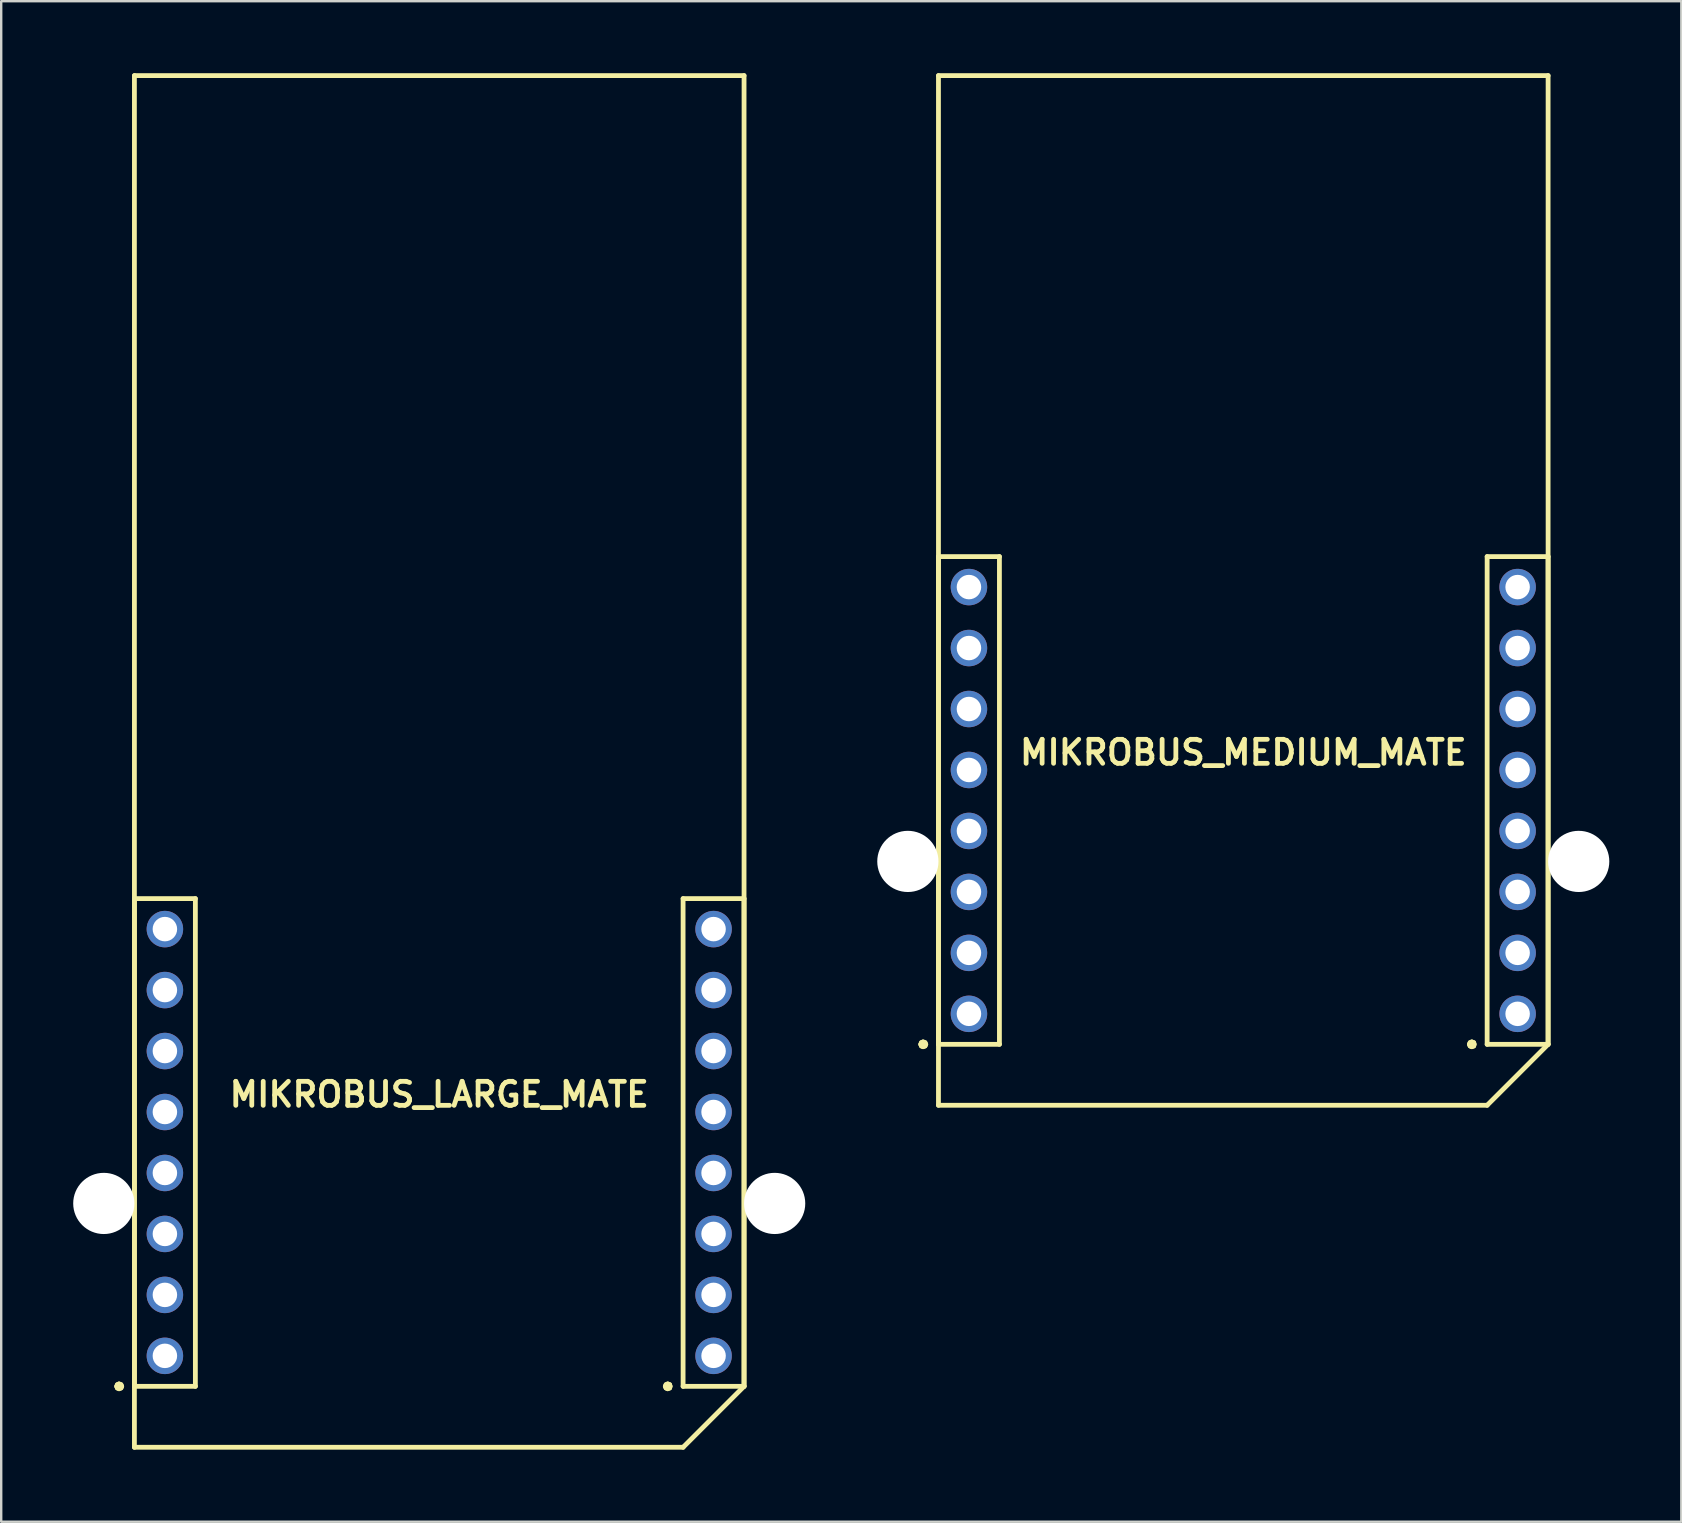
<source format=kicad_pcb>
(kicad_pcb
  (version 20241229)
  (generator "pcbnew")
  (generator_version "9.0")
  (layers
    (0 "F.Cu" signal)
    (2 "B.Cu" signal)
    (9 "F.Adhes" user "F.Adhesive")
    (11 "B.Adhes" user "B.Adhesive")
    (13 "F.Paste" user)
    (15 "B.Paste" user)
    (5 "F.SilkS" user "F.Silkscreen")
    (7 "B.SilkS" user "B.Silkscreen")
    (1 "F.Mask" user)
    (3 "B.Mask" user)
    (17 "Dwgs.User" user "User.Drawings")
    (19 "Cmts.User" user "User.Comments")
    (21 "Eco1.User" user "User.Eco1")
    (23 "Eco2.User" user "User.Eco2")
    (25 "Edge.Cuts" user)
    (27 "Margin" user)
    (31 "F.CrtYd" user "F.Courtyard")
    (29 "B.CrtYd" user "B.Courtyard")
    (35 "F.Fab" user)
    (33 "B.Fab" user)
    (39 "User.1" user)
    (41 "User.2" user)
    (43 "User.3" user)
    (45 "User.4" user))
  (footprint "MIKROBUS_MEDIUM_MATE"
    (layer "F.Cu")
    (at 48.75 30.3)
    (property "Reference" "MIKROBUS_MEDIUM_MATE" (at 0 -2 0) (layer "F.SilkS") (effects (font (size 1 1) (thickness 0.2))))
    (attr through_hole)
    (fp_line (start -13.44 10.16) (end -13.41 10.23) (stroke (width 0.2) (type solid)) (layer "F.SilkS"))
    (fp_line (start -13.41 10.09) (end -13.44 10.16) (stroke (width 0.2) (type solid)) (layer "F.SilkS"))
    (fp_line (start -13.41 10.23) (end -13.34 10.26) (stroke (width 0.2) (type solid)) (layer "F.SilkS"))
    (fp_line (start -13.34 10.06) (end -13.41 10.09) (stroke (width 0.2) (type solid)) (layer "F.SilkS"))
    (fp_line (start -13.34 10.26) (end -13.26 10.23) (stroke (width 0.2) (type solid)) (layer "F.SilkS"))
    (fp_line (start -13.26 10.09) (end -13.34 10.06) (stroke (width 0.2) (type solid)) (layer "F.SilkS"))
    (fp_line (start -13.26 10.23) (end -13.23 10.16) (stroke (width 0.2) (type solid)) (layer "F.SilkS"))
    (fp_line (start -13.23 10.16) (end -13.26 10.09) (stroke (width 0.2) (type solid)) (layer "F.SilkS"))
    (fp_line (start -12.7 -30.2) (end -12.7 12.7) (stroke (width 0.2) (type solid)) (layer "F.SilkS"))
    (fp_line (start -12.7 -10.16) (end -12.7 10.16) (stroke (width 0.2) (type solid)) (layer "F.SilkS"))
    (fp_line (start -12.7 10.16) (end -10.16 10.16) (stroke (width 0.2) (type solid)) (layer "F.SilkS"))
    (fp_line (start -12.7 12.7) (end 10.16 12.7) (stroke (width 0.2) (type solid)) (layer "F.SilkS"))
    (fp_line (start -10.16 -10.16) (end -12.7 -10.16) (stroke (width 0.2) (type solid)) (layer "F.SilkS"))
    (fp_line (start -10.16 10.16) (end -10.16 -10.16) (stroke (width 0.2) (type solid)) (layer "F.SilkS"))
    (fp_line (start 9.42 10.16) (end 9.45 10.23) (stroke (width 0.2) (type solid)) (layer "F.SilkS"))
    (fp_line (start 9.45 10.09) (end 9.42 10.16) (stroke (width 0.2) (type solid)) (layer "F.SilkS"))
    (fp_line (start 9.45 10.23) (end 9.52 10.26) (stroke (width 0.2) (type solid)) (layer "F.SilkS"))
    (fp_line (start 9.52 10.06) (end 9.45 10.09) (stroke (width 0.2) (type solid)) (layer "F.SilkS"))
    (fp_line (start 9.52 10.26) (end 9.6 10.23) (stroke (width 0.2) (type solid)) (layer "F.SilkS"))
    (fp_line (start 9.6 10.09) (end 9.52 10.06) (stroke (width 0.2) (type solid)) (layer "F.SilkS"))
    (fp_line (start 9.6 10.23) (end 9.62 10.16) (stroke (width 0.2) (type solid)) (layer "F.SilkS"))
    (fp_line (start 9.62 10.16) (end 9.6 10.09) (stroke (width 0.2) (type solid)) (layer "F.SilkS"))
    (fp_line (start 10.16 -10.16) (end 10.16 10.16) (stroke (width 0.2) (type solid)) (layer "F.SilkS"))
    (fp_line (start 10.16 10.16) (end 12.7 10.16) (stroke (width 0.2) (type solid)) (layer "F.SilkS"))
    (fp_line (start 10.16 12.7) (end 12.7 10.16) (stroke (width 0.2) (type solid)) (layer "F.SilkS"))
    (fp_line (start 12.7 -30.2) (end -12.7 -30.2) (stroke (width 0.2) (type solid)) (layer "F.SilkS"))
    (fp_line (start 12.7 -10.16) (end 10.16 -10.16) (stroke (width 0.2) (type solid)) (layer "F.SilkS"))
    (fp_line (start 12.7 10.16) (end 12.7 -30.2) (stroke (width 0.2) (type solid)) (layer "F.SilkS"))
    (fp_line (start 12.7 10.16) (end 12.7 -10.16) (stroke (width 0.2) (type solid)) (layer "F.SilkS"))
    (pad "" np_thru_hole circle (at -13.975 2.54) (size 2.55 2.55) (drill 2.55) (layers "*.Cu" "*.Mask"))
    (pad "" np_thru_hole circle (at 13.975 2.54) (size 2.55 2.55) (drill 2.55) (layers "*.Cu" "*.Mask"))
    (pad "1" thru_hole circle (at 11.43 8.89) (size 1.52 1.52) (drill 1.02) (layers "*.Cu" "*.Mask"))
    (pad "2" thru_hole circle (at 11.43 6.35) (size 1.52 1.52) (drill 1.02) (layers "*.Cu" "*.Mask"))
    (pad "3" thru_hole circle (at 11.43 3.81) (size 1.52 1.52) (drill 1.02) (layers "*.Cu" "*.Mask"))
    (pad "4" thru_hole circle (at 11.43 1.27) (size 1.52 1.52) (drill 1.02) (layers "*.Cu" "*.Mask"))
    (pad "5" thru_hole circle (at 11.43 -1.27) (size 1.52 1.52) (drill 1.02) (layers "*.Cu" "*.Mask"))
    (pad "6" thru_hole circle (at 11.43 -3.81) (size 1.52 1.52) (drill 1.02) (layers "*.Cu" "*.Mask"))
    (pad "7" thru_hole circle (at 11.43 -6.35) (size 1.52 1.52) (drill 1.02) (layers "*.Cu" "*.Mask"))
    (pad "8" thru_hole circle (at 11.43 -8.89) (size 1.52 1.52) (drill 1.02) (layers "*.Cu" "*.Mask"))
    (pad "9" thru_hole circle (at -11.43 8.89) (size 1.52 1.52) (drill 1.02) (layers "*.Cu" "*.Mask"))
    (pad "10" thru_hole circle (at -11.43 6.35) (size 1.52 1.52) (drill 1.02) (layers "*.Cu" "*.Mask"))
    (pad "11" thru_hole circle (at -11.43 3.81) (size 1.52 1.52) (drill 1.02) (layers "*.Cu" "*.Mask"))
    (pad "12" thru_hole circle (at -11.43 1.27) (size 1.52 1.52) (drill 1.02) (layers "*.Cu" "*.Mask"))
    (pad "13" thru_hole circle (at -11.43 -1.27) (size 1.52 1.52) (drill 1.02) (layers "*.Cu" "*.Mask"))
    (pad "14" thru_hole circle (at -11.43 -3.81) (size 1.52 1.52) (drill 1.02) (layers "*.Cu" "*.Mask"))
    (pad "15" thru_hole circle (at -11.43 -6.35) (size 1.52 1.52) (drill 1.02) (layers "*.Cu" "*.Mask"))
    (pad "16" thru_hole circle (at -11.43 -8.89) (size 1.52 1.52) (drill 1.02) (layers "*.Cu" "*.Mask")))
  (footprint "MIKROBUS_LARGE_MATE"
    (layer "F.Cu")
    (at 15.25 44.55)
    (property "Reference" "MIKROBUS_LARGE_MATE" (at 0 -2 0) (layer "F.SilkS") (effects (font (size 1 1) (thickness 0.2))))
    (attr through_hole)
    (fp_line (start -13.44 10.16) (end -13.41 10.23) (stroke (width 0.2) (type solid)) (layer "F.SilkS"))
    (fp_line (start -13.41 10.09) (end -13.44 10.16) (stroke (width 0.2) (type solid)) (layer "F.SilkS"))
    (fp_line (start -13.41 10.23) (end -13.34 10.26) (stroke (width 0.2) (type solid)) (layer "F.SilkS"))
    (fp_line (start -13.34 10.06) (end -13.41 10.09) (stroke (width 0.2) (type solid)) (layer "F.SilkS"))
    (fp_line (start -13.34 10.26) (end -13.26 10.23) (stroke (width 0.2) (type solid)) (layer "F.SilkS"))
    (fp_line (start -13.26 10.09) (end -13.34 10.06) (stroke (width 0.2) (type solid)) (layer "F.SilkS"))
    (fp_line (start -13.26 10.23) (end -13.23 10.16) (stroke (width 0.2) (type solid)) (layer "F.SilkS"))
    (fp_line (start -13.23 10.16) (end -13.26 10.09) (stroke (width 0.2) (type solid)) (layer "F.SilkS"))
    (fp_line (start -12.7 -44.45) (end -12.7 12.7) (stroke (width 0.2) (type solid)) (layer "F.SilkS"))
    (fp_line (start -12.7 -10.16) (end -12.7 10.16) (stroke (width 0.2) (type solid)) (layer "F.SilkS"))
    (fp_line (start -12.7 10.16) (end -10.16 10.16) (stroke (width 0.2) (type solid)) (layer "F.SilkS"))
    (fp_line (start -12.7 12.7) (end 10.16 12.7) (stroke (width 0.2) (type solid)) (layer "F.SilkS"))
    (fp_line (start -10.16 -10.16) (end -12.7 -10.16) (stroke (width 0.2) (type solid)) (layer "F.SilkS"))
    (fp_line (start -10.16 10.16) (end -10.16 -10.16) (stroke (width 0.2) (type solid)) (layer "F.SilkS"))
    (fp_line (start 9.42 10.16) (end 9.45 10.23) (stroke (width 0.2) (type solid)) (layer "F.SilkS"))
    (fp_line (start 9.45 10.09) (end 9.42 10.16) (stroke (width 0.2) (type solid)) (layer "F.SilkS"))
    (fp_line (start 9.45 10.23) (end 9.52 10.26) (stroke (width 0.2) (type solid)) (layer "F.SilkS"))
    (fp_line (start 9.52 10.06) (end 9.45 10.09) (stroke (width 0.2) (type solid)) (layer "F.SilkS"))
    (fp_line (start 9.52 10.26) (end 9.6 10.23) (stroke (width 0.2) (type solid)) (layer "F.SilkS"))
    (fp_line (start 9.6 10.09) (end 9.52 10.06) (stroke (width 0.2) (type solid)) (layer "F.SilkS"))
    (fp_line (start 9.6 10.23) (end 9.62 10.16) (stroke (width 0.2) (type solid)) (layer "F.SilkS"))
    (fp_line (start 9.62 10.16) (end 9.6 10.09) (stroke (width 0.2) (type solid)) (layer "F.SilkS"))
    (fp_line (start 10.16 -10.16) (end 10.16 10.16) (stroke (width 0.2) (type solid)) (layer "F.SilkS"))
    (fp_line (start 10.16 10.16) (end 12.7 10.16) (stroke (width 0.2) (type solid)) (layer "F.SilkS"))
    (fp_line (start 10.16 12.7) (end 12.7 10.16) (stroke (width 0.2) (type solid)) (layer "F.SilkS"))
    (fp_line (start 12.7 -44.45) (end -12.7 -44.45) (stroke (width 0.2) (type solid)) (layer "F.SilkS"))
    (fp_line (start 12.7 -10.16) (end 10.16 -10.16) (stroke (width 0.2) (type solid)) (layer "F.SilkS"))
    (fp_line (start 12.7 10.16) (end 12.7 -44.45) (stroke (width 0.2) (type solid)) (layer "F.SilkS"))
    (fp_line (start 12.7 10.16) (end 12.7 -10.16) (stroke (width 0.2) (type solid)) (layer "F.SilkS"))
    (pad "" np_thru_hole circle (at -13.975 2.54) (size 2.55 2.55) (drill 2.55) (layers "*.Cu" "*.Mask"))
    (pad "" np_thru_hole circle (at 13.975 2.54) (size 2.55 2.55) (drill 2.55) (layers "*.Cu" "*.Mask"))
    (pad "1" thru_hole circle (at 11.43 8.89) (size 1.52 1.52) (drill 1.02) (layers "*.Cu" "*.Mask"))
    (pad "2" thru_hole circle (at 11.43 6.35) (size 1.52 1.52) (drill 1.02) (layers "*.Cu" "*.Mask"))
    (pad "3" thru_hole circle (at 11.43 3.81) (size 1.52 1.52) (drill 1.02) (layers "*.Cu" "*.Mask"))
    (pad "4" thru_hole circle (at 11.43 1.27) (size 1.52 1.52) (drill 1.02) (layers "*.Cu" "*.Mask"))
    (pad "5" thru_hole circle (at 11.43 -1.27) (size 1.52 1.52) (drill 1.02) (layers "*.Cu" "*.Mask"))
    (pad "6" thru_hole circle (at 11.43 -3.81) (size 1.52 1.52) (drill 1.02) (layers "*.Cu" "*.Mask"))
    (pad "7" thru_hole circle (at 11.43 -6.35) (size 1.52 1.52) (drill 1.02) (layers "*.Cu" "*.Mask"))
    (pad "8" thru_hole circle (at 11.43 -8.89) (size 1.52 1.52) (drill 1.02) (layers "*.Cu" "*.Mask"))
    (pad "9" thru_hole circle (at -11.43 8.89) (size 1.52 1.52) (drill 1.02) (layers "*.Cu" "*.Mask"))
    (pad "10" thru_hole circle (at -11.43 6.35) (size 1.52 1.52) (drill 1.02) (layers "*.Cu" "*.Mask"))
    (pad "11" thru_hole circle (at -11.43 3.81) (size 1.52 1.52) (drill 1.02) (layers "*.Cu" "*.Mask"))
    (pad "12" thru_hole circle (at -11.43 1.27) (size 1.52 1.52) (drill 1.02) (layers "*.Cu" "*.Mask"))
    (pad "13" thru_hole circle (at -11.43 -1.27) (size 1.52 1.52) (drill 1.02) (layers "*.Cu" "*.Mask"))
    (pad "14" thru_hole circle (at -11.43 -3.81) (size 1.52 1.52) (drill 1.02) (layers "*.Cu" "*.Mask"))
    (pad "15" thru_hole circle (at -11.43 -6.35) (size 1.52 1.52) (drill 1.02) (layers "*.Cu" "*.Mask"))
    (pad "16" thru_hole circle (at -11.43 -8.89) (size 1.52 1.52) (drill 1.02) (layers "*.Cu" "*.Mask")))
  (gr_rect
    (start -3 -3)
    (end 67 60.35)
    (stroke (width 0.1) (type default))
    (fill no)
    (layer "Edge.Cuts")))
</source>
